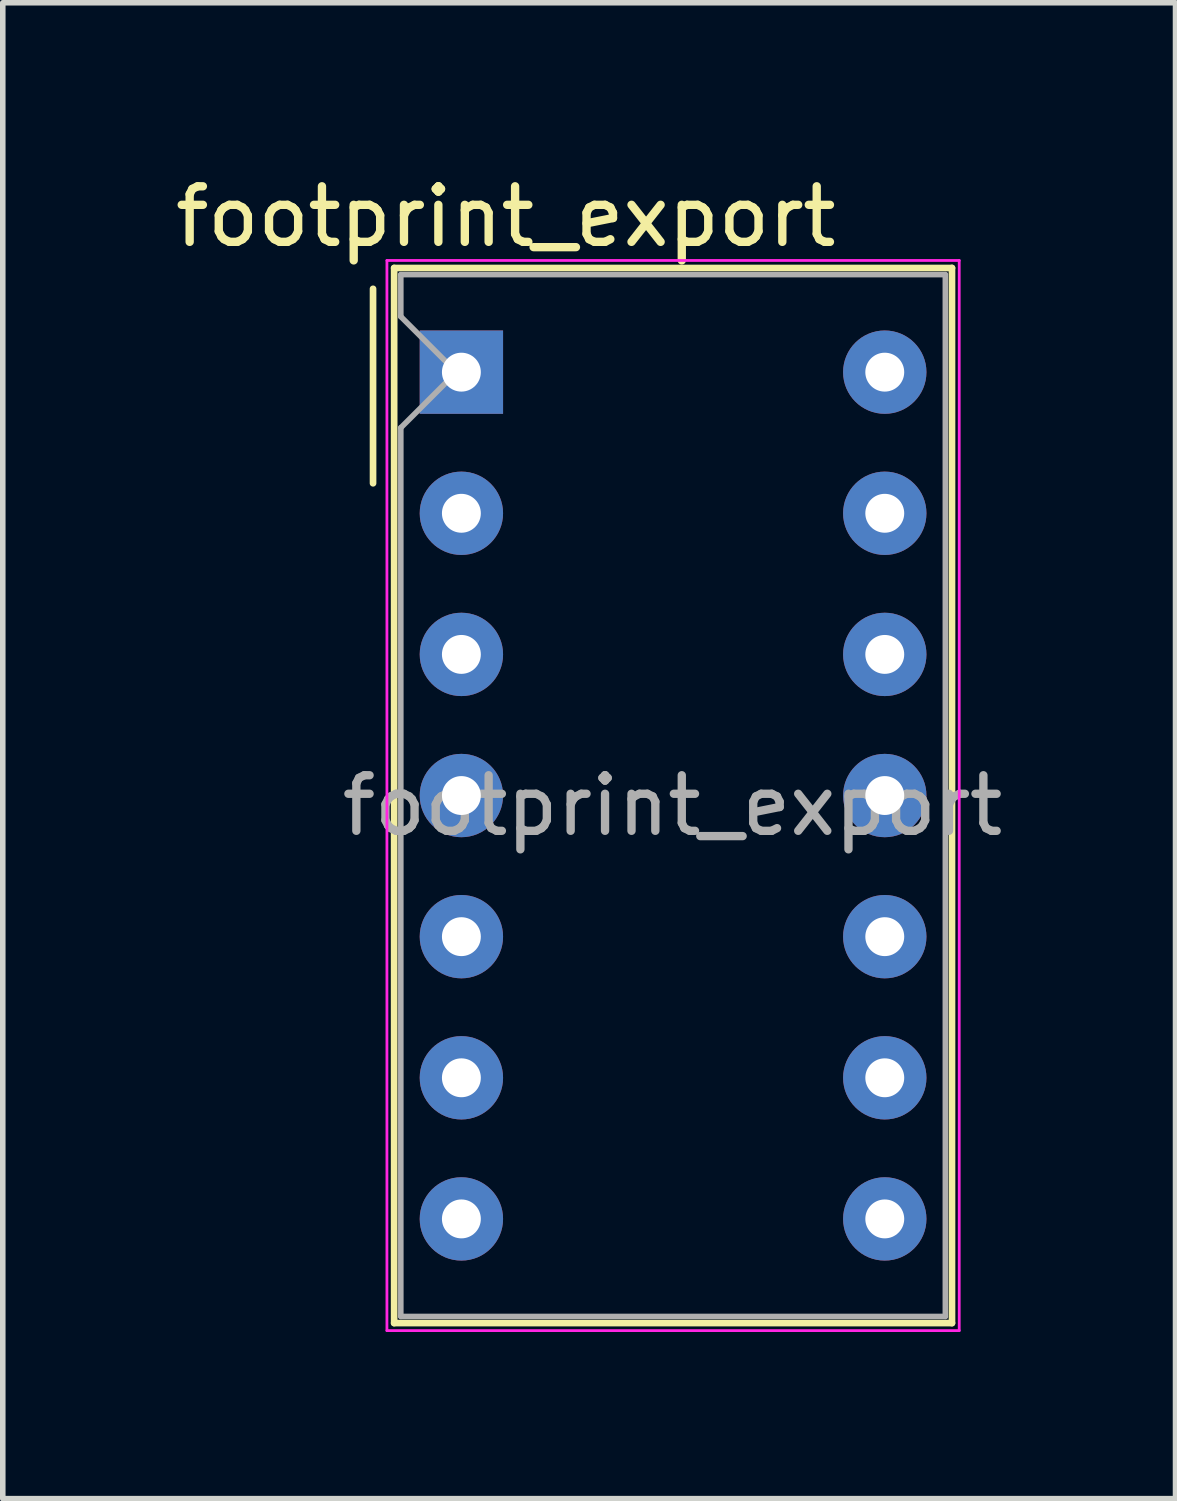
<source format=kicad_pcb>
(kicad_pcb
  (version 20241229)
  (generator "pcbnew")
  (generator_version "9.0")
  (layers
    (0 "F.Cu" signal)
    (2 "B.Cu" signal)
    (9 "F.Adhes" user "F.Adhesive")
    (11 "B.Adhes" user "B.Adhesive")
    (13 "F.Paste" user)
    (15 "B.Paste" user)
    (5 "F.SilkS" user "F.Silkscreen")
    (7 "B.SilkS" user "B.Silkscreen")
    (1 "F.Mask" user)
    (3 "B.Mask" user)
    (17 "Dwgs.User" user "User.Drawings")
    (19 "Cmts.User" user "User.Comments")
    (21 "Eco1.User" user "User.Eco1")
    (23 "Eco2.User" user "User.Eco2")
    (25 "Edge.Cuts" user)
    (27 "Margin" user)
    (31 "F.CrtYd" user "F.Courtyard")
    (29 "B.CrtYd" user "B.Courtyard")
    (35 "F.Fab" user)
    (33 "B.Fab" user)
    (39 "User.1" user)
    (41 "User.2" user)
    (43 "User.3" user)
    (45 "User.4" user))
  (footprint "footprint_export"
    (layer "F.Cu")
    (at 5.254 3.648)
    (property "Reference" "footprint_export" (at 0.8 -2.8 0) (layer "F.SilkS") (effects (font (size 1 1) (thickness 0.15))))
    (attr through_hole)
    (fp_line (start -1.59 -1.5) (end -1.59 2) (stroke (width 0.12) (type solid)) (layer "F.SilkS"))
    (fp_line (start -1.21 -1.875) (end 8.83 -1.875) (stroke (width 0.12) (type solid)) (layer "F.SilkS"))
    (fp_line (start -1.21 17.115) (end -1.21 -1.875) (stroke (width 0.12) (type solid)) (layer "F.SilkS"))
    (fp_line (start 8.83 -1.875) (end 8.83 17.115) (stroke (width 0.12) (type solid)) (layer "F.SilkS"))
    (fp_line (start 8.83 17.115) (end -1.21 17.115) (stroke (width 0.12) (type solid)) (layer "F.SilkS"))
    (fp_line (start -1.34 -2.01) (end 8.96 -2.01) (stroke (width 0.05) (type solid)) (layer "F.CrtYd"))
    (fp_line (start -1.34 17.25) (end -1.34 -2.01) (stroke (width 0.05) (type solid)) (layer "F.CrtYd"))
    (fp_line (start 8.96 -2.01) (end 8.96 17.25) (stroke (width 0.05) (type solid)) (layer "F.CrtYd"))
    (fp_line (start 8.96 17.25) (end -1.34 17.25) (stroke (width 0.05) (type solid)) (layer "F.CrtYd"))
    (fp_line (start -1.09 -1.755) (end 8.71 -1.755) (stroke (width 0.1) (type solid)) (layer "F.Fab"))
    (fp_line (start -1.09 -1) (end -1.09 -1.755) (stroke (width 0.1) (type solid)) (layer "F.Fab"))
    (fp_line (start -1.09 1) (end -0.09 0) (stroke (width 0.1) (type solid)) (layer "F.Fab"))
    (fp_line (start -1.09 16.995) (end -1.09 1) (stroke (width 0.1) (type solid)) (layer "F.Fab"))
    (fp_line (start -0.09 0) (end -1.09 -1) (stroke (width 0.1) (type solid)) (layer "F.Fab"))
    (fp_line (start 8.71 -1.755) (end 8.71 16.995) (stroke (width 0.1) (type solid)) (layer "F.Fab"))
    (fp_line (start 8.71 16.995) (end -1.09 16.995) (stroke (width 0.1) (type solid)) (layer "F.Fab"))
    (fp_text user "${REFERENCE}" (at 3.8 7.8 0) (layer "F.Fab") (effects (font (size 1 1) (thickness 0.15))))
    (pad "1" thru_hole rect (at 0 0) (size 1.5 1.5) (drill 0.7) (layers "*.Cu" "*.Mask"))
    (pad "2" thru_hole circle (at 0 2.54) (size 1.5 1.5) (drill 0.7) (layers "*.Cu" "*.Mask"))
    (pad "3" thru_hole circle (at 0 5.08) (size 1.5 1.5) (drill 0.7) (layers "*.Cu" "*.Mask"))
    (pad "4" thru_hole circle (at 0 7.62) (size 1.5 1.5) (drill 0.7) (layers "*.Cu" "*.Mask"))
    (pad "5" thru_hole circle (at 0 10.16) (size 1.5 1.5) (drill 0.7) (layers "*.Cu" "*.Mask"))
    (pad "6" thru_hole circle (at 0 12.7) (size 1.5 1.5) (drill 0.7) (layers "*.Cu" "*.Mask"))
    (pad "7" thru_hole circle (at 0 15.24) (size 1.5 1.5) (drill 0.7) (layers "*.Cu" "*.Mask"))
    (pad "8" thru_hole circle (at 7.62 15.24) (size 1.5 1.5) (drill 0.7) (layers "*.Cu" "*.Mask"))
    (pad "9" thru_hole circle (at 7.62 12.7) (size 1.5 1.5) (drill 0.7) (layers "*.Cu" "*.Mask"))
    (pad "10" thru_hole circle (at 7.62 10.16) (size 1.5 1.5) (drill 0.7) (layers "*.Cu" "*.Mask"))
    (pad "11" thru_hole circle (at 7.62 7.62) (size 1.5 1.5) (drill 0.7) (layers "*.Cu" "*.Mask"))
    (pad "12" thru_hole circle (at 7.62 5.08) (size 1.5 1.5) (drill 0.7) (layers "*.Cu" "*.Mask"))
    (pad "13" thru_hole circle (at 7.62 2.54) (size 1.5 1.5) (drill 0.7) (layers "*.Cu" "*.Mask"))
    (pad "14" thru_hole circle (at 7.62 0) (size 1.5 1.5) (drill 0.7) (layers "*.Cu" "*.Mask")))
  (gr_rect
    (start -3 -3)
    (end 18.107 23.923)
    (stroke (width 0.1) (type default))
    (fill no)
    (layer "Edge.Cuts")))
</source>
